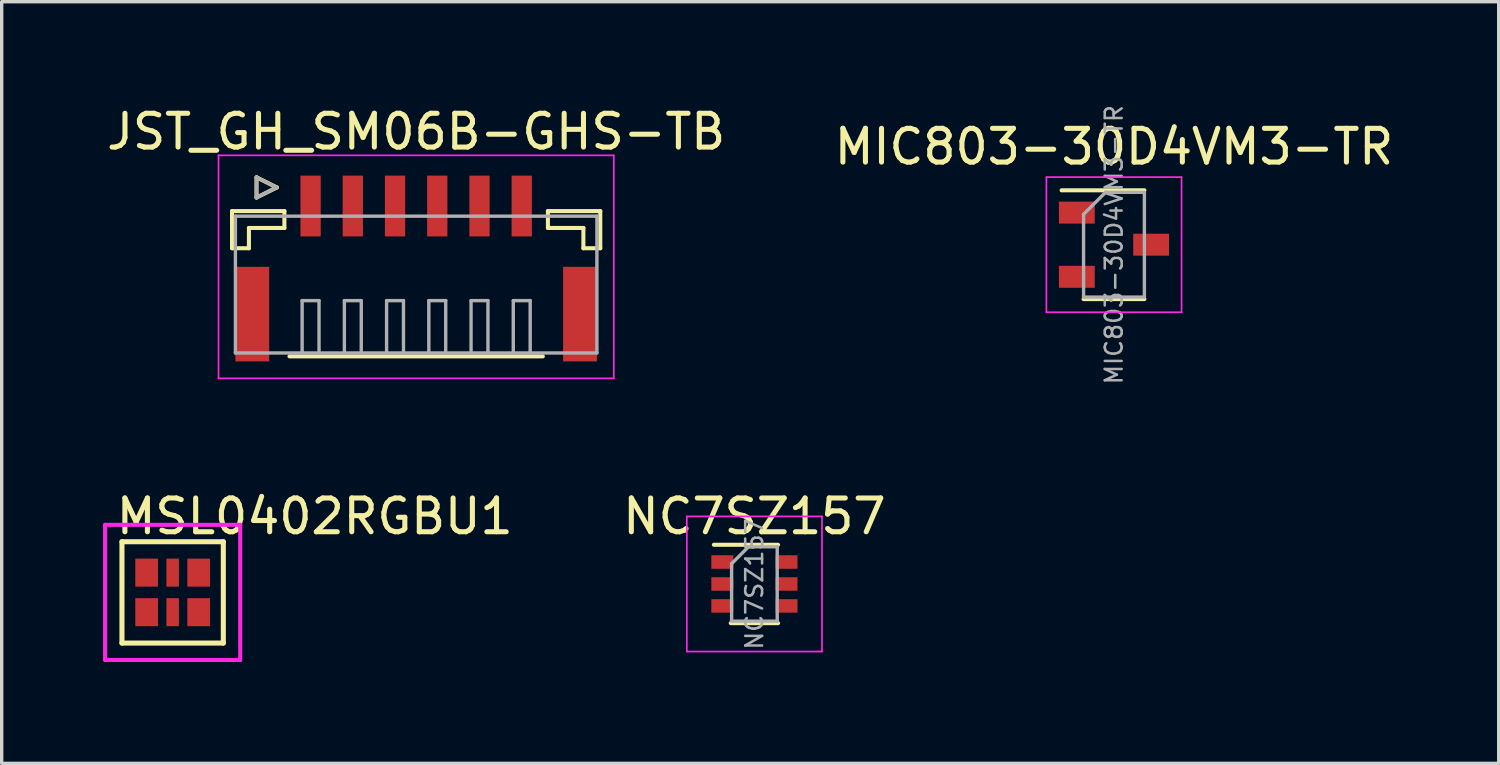
<source format=kicad_pcb>
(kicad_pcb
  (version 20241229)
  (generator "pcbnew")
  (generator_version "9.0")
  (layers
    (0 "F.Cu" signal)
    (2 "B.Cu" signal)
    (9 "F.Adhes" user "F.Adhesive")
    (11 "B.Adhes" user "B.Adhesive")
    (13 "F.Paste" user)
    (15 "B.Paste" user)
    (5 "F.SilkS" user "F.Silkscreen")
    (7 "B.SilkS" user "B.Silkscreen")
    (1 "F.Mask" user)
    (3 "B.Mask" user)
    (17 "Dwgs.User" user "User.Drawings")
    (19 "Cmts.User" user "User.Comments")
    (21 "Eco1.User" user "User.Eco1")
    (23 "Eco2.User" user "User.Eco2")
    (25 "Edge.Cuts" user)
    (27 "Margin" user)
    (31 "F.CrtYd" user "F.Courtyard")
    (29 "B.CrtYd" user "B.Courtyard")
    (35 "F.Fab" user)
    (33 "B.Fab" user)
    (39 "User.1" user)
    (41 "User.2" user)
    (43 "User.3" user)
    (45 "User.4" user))
  (footprint "JST_GH_SM06B-GHS-TB"
    (layer "F.Cu")
    (at 9.268 4.648)
    (property "Reference" "JST_GH_SM06B-GHS-TB" (at 0 -3.8 0) (layer "F.SilkS") (effects (font (size 1 1) (thickness 0.15))))
    (attr smd)
    (fp_line (start -5.45 -1.45) (end -3.9 -1.45) (stroke (width 0.12) (type solid)) (layer "F.SilkS"))
    (fp_line (start -5.45 -0.35) (end -5.45 -1.45) (stroke (width 0.12) (type solid)) (layer "F.SilkS"))
    (fp_line (start -4.95 -0.95) (end -4.95 -0.35) (stroke (width 0.12) (type solid)) (layer "F.SilkS"))
    (fp_line (start -4.95 -0.35) (end -5.45 -0.35) (stroke (width 0.12) (type solid)) (layer "F.SilkS"))
    (fp_line (start -4.725 -2.45) (end -4.725 -1.85) (stroke (width 0.12) (type solid)) (layer "F.SilkS"))
    (fp_line (start -4.725 -1.85) (end -4.125 -2.15) (stroke (width 0.12) (type solid)) (layer "F.SilkS"))
    (fp_line (start -4.125 -2.15) (end -4.725 -2.45) (stroke (width 0.12) (type solid)) (layer "F.SilkS"))
    (fp_line (start -3.9 -1.45) (end -3.9 -0.95) (stroke (width 0.12) (type solid)) (layer "F.SilkS"))
    (fp_line (start -3.9 -0.95) (end -4.95 -0.95) (stroke (width 0.12) (type solid)) (layer "F.SilkS"))
    (fp_line (start -3.75 2.85) (end 3.75 2.85) (stroke (width 0.12) (type solid)) (layer "F.SilkS"))
    (fp_line (start 3.9 -1.45) (end 3.9 -0.95) (stroke (width 0.12) (type solid)) (layer "F.SilkS"))
    (fp_line (start 3.9 -0.95) (end 4.95 -0.95) (stroke (width 0.12) (type solid)) (layer "F.SilkS"))
    (fp_line (start 4.95 -0.95) (end 4.95 -0.35) (stroke (width 0.12) (type solid)) (layer "F.SilkS"))
    (fp_line (start 4.95 -0.35) (end 5.45 -0.35) (stroke (width 0.12) (type solid)) (layer "F.SilkS"))
    (fp_line (start 5.45 -1.45) (end 3.9 -1.45) (stroke (width 0.12) (type solid)) (layer "F.SilkS"))
    (fp_line (start 5.45 -0.35) (end 5.45 -1.45) (stroke (width 0.12) (type solid)) (layer "F.SilkS"))
    (fp_line (start -5.85 -3.1) (end -5.85 3.5) (stroke (width 0.05) (type solid)) (layer "F.CrtYd"))
    (fp_line (start -5.85 3.5) (end 5.85 3.5) (stroke (width 0.05) (type solid)) (layer "F.CrtYd"))
    (fp_line (start 5.85 -3.1) (end -5.85 -3.1) (stroke (width 0.05) (type solid)) (layer "F.CrtYd"))
    (fp_line (start 5.85 3.5) (end 5.85 -3.1) (stroke (width 0.05) (type solid)) (layer "F.CrtYd"))
    (fp_line (start -5.35 -1.3) (end -5.35 2.75) (stroke (width 0.1) (type solid)) (layer "F.Fab"))
    (fp_line (start -5.35 2.75) (end 5.35 2.75) (stroke (width 0.1) (type solid)) (layer "F.Fab"))
    (fp_line (start -4.725 -2.45) (end -4.725 -1.85) (stroke (width 0.1) (type solid)) (layer "F.Fab"))
    (fp_line (start -4.725 -1.85) (end -4.125 -2.15) (stroke (width 0.1) (type solid)) (layer "F.Fab"))
    (fp_line (start -4.125 -2.15) (end -4.725 -2.45) (stroke (width 0.1) (type solid)) (layer "F.Fab"))
    (fp_line (start -3.375 1.2) (end -2.875 1.2) (stroke (width 0.1) (type solid)) (layer "F.Fab"))
    (fp_line (start -3.375 2.7) (end -3.375 1.2) (stroke (width 0.1) (type solid)) (layer "F.Fab"))
    (fp_line (start -2.875 1.2) (end -2.875 2.7) (stroke (width 0.1) (type solid)) (layer "F.Fab"))
    (fp_line (start -2.125 1.2) (end -1.625 1.2) (stroke (width 0.1) (type solid)) (layer "F.Fab"))
    (fp_line (start -2.125 2.7) (end -2.125 1.2) (stroke (width 0.1) (type solid)) (layer "F.Fab"))
    (fp_line (start -1.625 1.2) (end -1.625 2.7) (stroke (width 0.1) (type solid)) (layer "F.Fab"))
    (fp_line (start -0.875 1.2) (end -0.375 1.2) (stroke (width 0.1) (type solid)) (layer "F.Fab"))
    (fp_line (start -0.875 2.7) (end -0.875 1.2) (stroke (width 0.1) (type solid)) (layer "F.Fab"))
    (fp_line (start -0.375 1.2) (end -0.375 2.7) (stroke (width 0.1) (type solid)) (layer "F.Fab"))
    (fp_line (start 0.375 1.2) (end 0.875 1.2) (stroke (width 0.1) (type solid)) (layer "F.Fab"))
    (fp_line (start 0.375 2.7) (end 0.375 1.2) (stroke (width 0.1) (type solid)) (layer "F.Fab"))
    (fp_line (start 0.875 1.2) (end 0.875 2.7) (stroke (width 0.1) (type solid)) (layer "F.Fab"))
    (fp_line (start 1.625 1.2) (end 2.125 1.2) (stroke (width 0.1) (type solid)) (layer "F.Fab"))
    (fp_line (start 1.625 2.7) (end 1.625 1.2) (stroke (width 0.1) (type solid)) (layer "F.Fab"))
    (fp_line (start 2.125 1.2) (end 2.125 2.7) (stroke (width 0.1) (type solid)) (layer "F.Fab"))
    (fp_line (start 2.875 1.2) (end 3.375 1.2) (stroke (width 0.1) (type solid)) (layer "F.Fab"))
    (fp_line (start 2.875 2.7) (end 2.875 1.2) (stroke (width 0.1) (type solid)) (layer "F.Fab"))
    (fp_line (start 3.375 1.2) (end 3.375 2.7) (stroke (width 0.1) (type solid)) (layer "F.Fab"))
    (fp_line (start 5.35 -1.3) (end -5.35 -1.3) (stroke (width 0.1) (type solid)) (layer "F.Fab"))
    (fp_line (start 5.35 2.75) (end 5.35 -1.3) (stroke (width 0.1) (type solid)) (layer "F.Fab"))
    (pad "" smd rect (at -4.85 1.6) (size 1 2.8) (layers "F.Cu" "F.Mask" "F.Paste"))
    (pad "" smd rect (at 4.85 1.6) (size 1 2.8) (layers "F.Cu" "F.Mask" "F.Paste"))
    (pad "1" smd rect (at -3.125 -1.6) (size 0.6 1.8) (layers "F.Cu" "F.Mask" "F.Paste"))
    (pad "2" smd rect (at -1.875 -1.6) (size 0.6 1.8) (layers "F.Cu" "F.Mask" "F.Paste"))
    (pad "3" smd rect (at -0.625 -1.6) (size 0.6 1.8) (layers "F.Cu" "F.Mask" "F.Paste"))
    (pad "4" smd rect (at 0.625 -1.6) (size 0.6 1.8) (layers "F.Cu" "F.Mask" "F.Paste"))
    (pad "5" smd rect (at 1.875 -1.6) (size 0.6 1.8) (layers "F.Cu" "F.Mask" "F.Paste"))
    (pad "6" smd rect (at 3.125 -1.6) (size 0.6 1.8) (layers "F.Cu" "F.Mask" "F.Paste")))
  (footprint "NC7SZ157"
    (layer "F.Cu")
    (at 19.28 14.235)
    (property "Reference" "NC7SZ157" (at 0 -2 0) (layer "F.SilkS") (effects (font (size 1 1) (thickness 0.15))))
    (attr through_hole)
    (fp_line (start -0.7 1.16) (end 0.7 1.16) (stroke (width 0.12) (type solid)) (layer "F.SilkS"))
    (fp_line (start 0.7 -1.16) (end -1.2 -1.16) (stroke (width 0.12) (type solid)) (layer "F.SilkS"))
    (fp_line (start -2 -2) (end -2 2) (stroke (width 0.05) (type solid)) (layer "F.CrtYd"))
    (fp_line (start -2 -2) (end 2 -2) (stroke (width 0.05) (type solid)) (layer "F.CrtYd"))
    (fp_line (start -2 2) (end 2 2) (stroke (width 0.05) (type solid)) (layer "F.CrtYd"))
    (fp_line (start 2 2) (end 2 -2) (stroke (width 0.05) (type solid)) (layer "F.CrtYd"))
    (fp_line (start -0.675 -0.6) (end -0.675 1.1) (stroke (width 0.1) (type solid)) (layer "F.Fab"))
    (fp_line (start -0.175 -1.1) (end -0.675 -0.6) (stroke (width 0.1) (type solid)) (layer "F.Fab"))
    (fp_line (start 0.675 -1.1) (end -0.175 -1.1) (stroke (width 0.1) (type solid)) (layer "F.Fab"))
    (fp_line (start 0.675 -1.1) (end 0.675 1.1) (stroke (width 0.1) (type solid)) (layer "F.Fab"))
    (fp_line (start 0.675 1.1) (end -0.675 1.1) (stroke (width 0.1) (type solid)) (layer "F.Fab"))
    (fp_text user "${REFERENCE}" (at 0 0 90) (layer "F.Fab") (effects (font (size 0.5 0.5) (thickness 0.075))))
    (pad "1" smd rect (at -0.95 -0.65) (size 0.65 0.4) (layers "F.Cu" "F.Mask" "F.Paste"))
    (pad "2" smd rect (at -0.95 0) (size 0.65 0.4) (layers "F.Cu" "F.Mask" "F.Paste"))
    (pad "3" smd rect (at -0.95 0.65) (size 0.65 0.4) (layers "F.Cu" "F.Mask" "F.Paste"))
    (pad "4" smd rect (at 0.95 0.65) (size 0.65 0.4) (layers "F.Cu" "F.Mask" "F.Paste"))
    (pad "5" smd rect (at 0.95 0) (size 0.65 0.4) (layers "F.Cu" "F.Mask" "F.Paste"))
    (pad "6" smd rect (at 0.95 -0.65) (size 0.65 0.4) (layers "F.Cu" "F.Mask" "F.Paste")))
  (footprint "MSL0402RGBU1"
    (layer "F.Cu")
    (at 2.06 14.485)
    (property "Reference" "MSL0402RGBU1" (at -1.75 -2.25 0) (layer "F.SilkS") (effects (font (size 1 1) (thickness 0.15)) (justify left)))
    (attr through_hole)
    (fp_line (start -1.5 -1.5) (end -1.5 1.5) (stroke (width 0.15) (type solid)) (layer "F.SilkS"))
    (fp_line (start -1.5 1.5) (end 1.5 1.5) (stroke (width 0.15) (type solid)) (layer "F.SilkS"))
    (fp_line (start 1.5 -1.5) (end -1.5 -1.5) (stroke (width 0.15) (type solid)) (layer "F.SilkS"))
    (fp_line (start 1.5 1.5) (end 1.5 -1.5) (stroke (width 0.15) (type solid)) (layer "F.SilkS"))
    (fp_line (start -2 -2) (end -2 2) (stroke (width 0.12) (type solid)) (layer "F.CrtYd"))
    (fp_line (start -2 2) (end 2 2) (stroke (width 0.12) (type solid)) (layer "F.CrtYd"))
    (fp_line (start 2 -2) (end -2 -2) (stroke (width 0.12) (type solid)) (layer "F.CrtYd"))
    (fp_line (start 2 2) (end 2 -2) (stroke (width 0.12) (type solid)) (layer "F.CrtYd"))
    (pad "1" smd rect (at 0.77 -0.585) (size 0.67 0.83) (layers "F.Cu" "F.Mask" "F.Paste"))
    (pad "2" smd rect (at 0 -0.585) (size 0.37 0.83) (layers "F.Cu" "F.Mask" "F.Paste"))
    (pad "3" smd rect (at -0.77 -0.585) (size 0.67 0.83) (layers "F.Cu" "F.Mask" "F.Paste"))
    (pad "4" smd rect (at -0.77 0.585) (size 0.67 0.83) (layers "F.Cu" "F.Mask" "F.Paste"))
    (pad "5" smd rect (at 0 0.585) (size 0.37 0.83) (layers "F.Cu" "F.Mask" "F.Paste"))
    (pad "6" smd rect (at 0.77 0.585) (size 0.67 0.83) (layers "F.Cu" "F.Mask" "F.Paste")))
  (footprint "MIC803-30D4VM3-TR"
    (layer "F.Cu")
    (at 29.923 4.193)
    (property "Reference" "MIC803-30D4VM3-TR" (at 0 -2.9 0) (layer "F.SilkS") (effects (font (size 1 1) (thickness 0.15))))
    (attr smd)
    (fp_line (start -0.9 1.61) (end 0.9 1.61) (stroke (width 0.12) (type solid)) (layer "F.SilkS"))
    (fp_line (start 0.9 -1.61) (end -1.55 -1.61) (stroke (width 0.12) (type solid)) (layer "F.SilkS"))
    (fp_line (start -2 -2) (end -2 2) (stroke (width 0.05) (type solid)) (layer "F.CrtYd"))
    (fp_line (start -2 2) (end 2 2) (stroke (width 0.05) (type solid)) (layer "F.CrtYd"))
    (fp_line (start 2 -2) (end -2 -2) (stroke (width 0.05) (type solid)) (layer "F.CrtYd"))
    (fp_line (start 2 2) (end 2 -2) (stroke (width 0.05) (type solid)) (layer "F.CrtYd"))
    (fp_line (start -0.9 -0.9) (end -0.9 1.55) (stroke (width 0.1) (type solid)) (layer "F.Fab"))
    (fp_line (start -0.9 -0.9) (end -0.25 -1.55) (stroke (width 0.1) (type solid)) (layer "F.Fab"))
    (fp_line (start 0.9 -1.55) (end -0.25 -1.55) (stroke (width 0.1) (type solid)) (layer "F.Fab"))
    (fp_line (start 0.9 -1.55) (end 0.9 1.55) (stroke (width 0.1) (type solid)) (layer "F.Fab"))
    (fp_line (start 0.9 1.55) (end -0.9 1.55) (stroke (width 0.1) (type solid)) (layer "F.Fab"))
    (fp_text user "${REFERENCE}" (at 0 0 90) (layer "F.Fab") (effects (font (size 0.5 0.5) (thickness 0.075))))
    (pad "1" smd rect (at -1.1 -0.95) (size 1.06 0.65) (layers "F.Cu" "F.Mask" "F.Paste"))
    (pad "2" smd rect (at -1.1 0.95) (size 1.06 0.65) (layers "F.Cu" "F.Mask" "F.Paste"))
    (pad "3" smd rect (at 1.1 0) (size 1.06 0.65) (layers "F.Cu" "F.Mask" "F.Paste")))
  (gr_rect
    (start -3 -3)
    (end 41.31 19.545)
    (stroke (width 0.1) (type default))
    (fill no)
    (layer "Edge.Cuts")))
</source>
